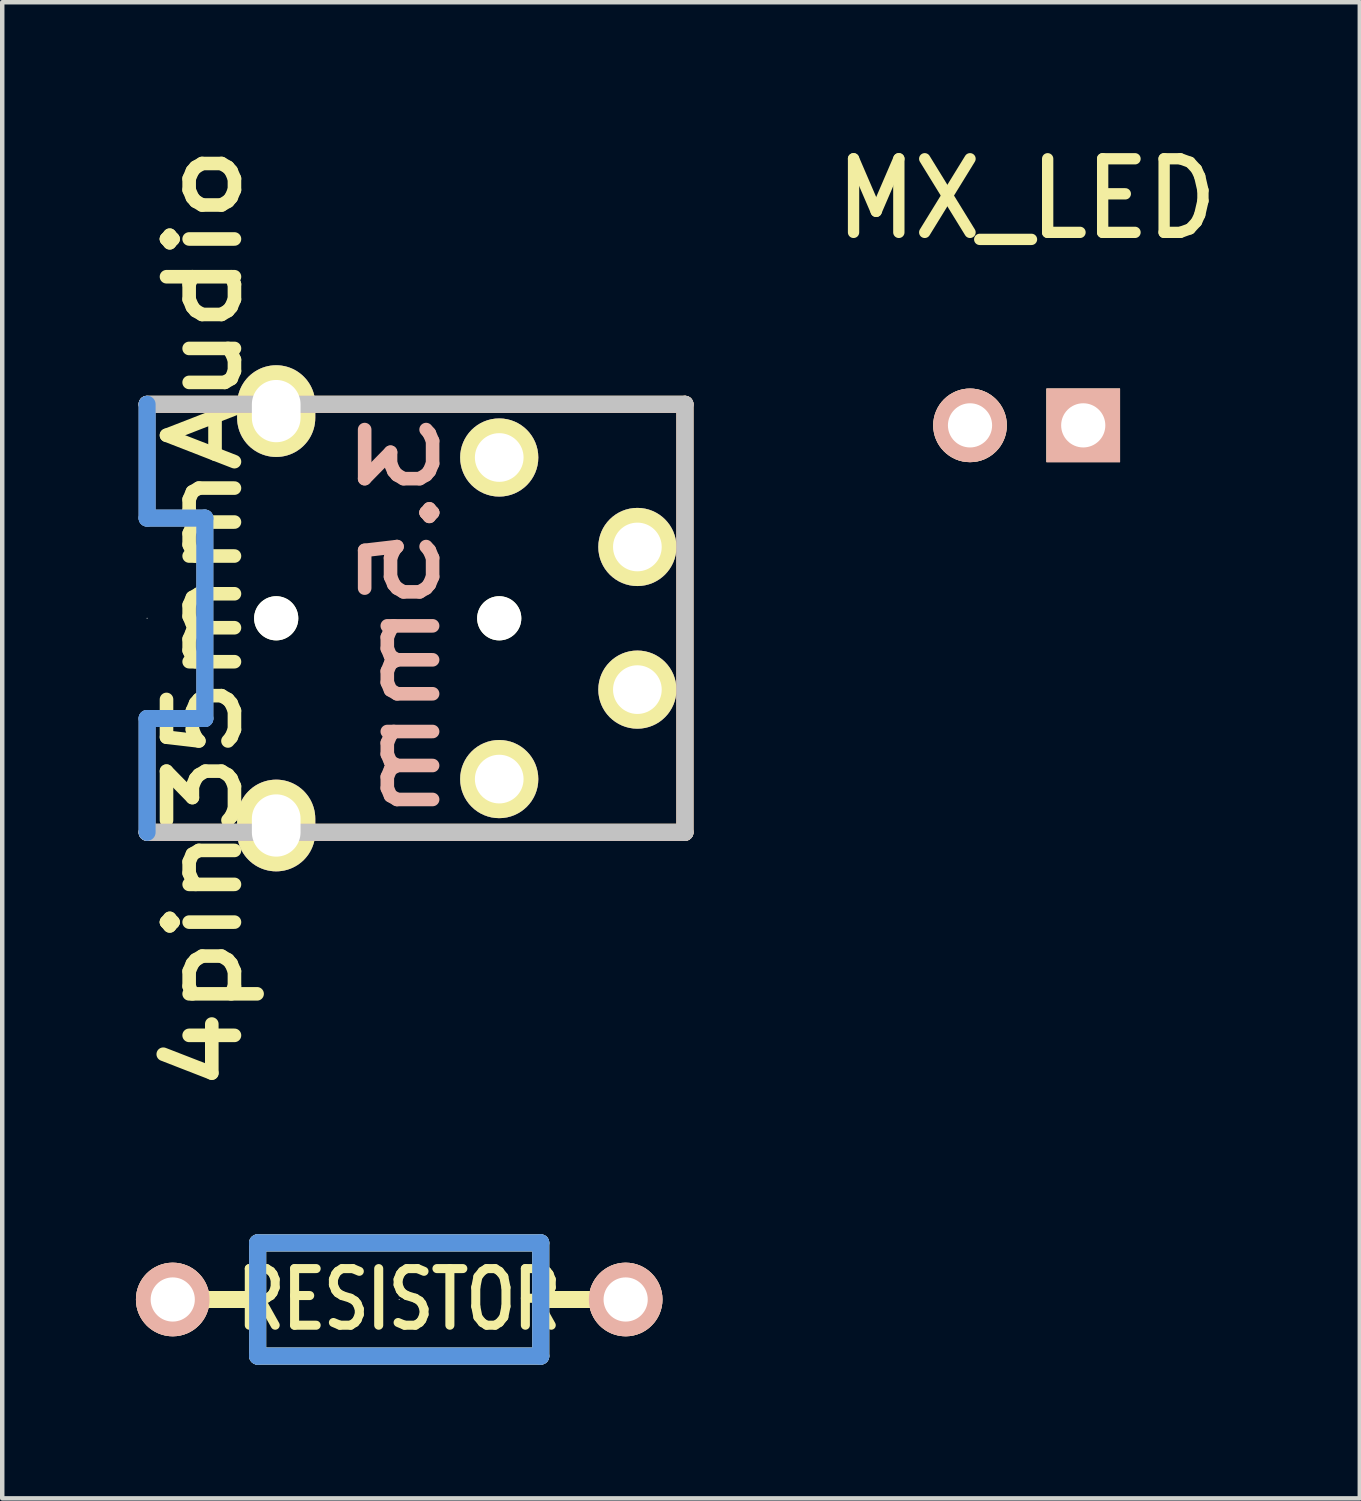
<source format=kicad_pcb>
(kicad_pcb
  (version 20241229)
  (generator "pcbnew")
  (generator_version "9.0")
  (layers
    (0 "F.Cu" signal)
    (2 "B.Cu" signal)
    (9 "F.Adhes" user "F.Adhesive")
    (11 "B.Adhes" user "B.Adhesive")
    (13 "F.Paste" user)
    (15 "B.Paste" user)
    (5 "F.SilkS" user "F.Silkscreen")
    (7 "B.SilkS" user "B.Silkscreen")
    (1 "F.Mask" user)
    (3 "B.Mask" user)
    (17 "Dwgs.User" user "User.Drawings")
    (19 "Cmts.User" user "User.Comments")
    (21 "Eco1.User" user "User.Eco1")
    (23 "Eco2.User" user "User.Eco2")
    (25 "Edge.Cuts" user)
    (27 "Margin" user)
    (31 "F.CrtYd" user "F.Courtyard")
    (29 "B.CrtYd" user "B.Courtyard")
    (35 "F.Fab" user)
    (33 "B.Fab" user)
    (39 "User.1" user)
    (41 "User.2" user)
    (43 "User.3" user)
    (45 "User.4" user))
  (footprint "4pin35mmAudio"
    (layer "F.Cu")
    (at 0.25 10.82)
    (property "Reference" "4pin35mmAudio" (at 1.27 0 270) (layer "F.SilkS") (effects (font (size 1.524 1.778) (thickness 0.305))))
    (attr through_hole)
    (fp_line (start 0 -4.801) (end 12.065 -4.801) (stroke (width 0.381) (type solid)) (layer "F.SilkS"))
    (fp_line (start 12.065 -4.801) (end 12.065 4.801) (stroke (width 0.381) (type solid)) (layer "F.SilkS"))
    (fp_line (start 12.065 4.801) (end 0 4.801) (stroke (width 0.381) (type solid)) (layer "F.SilkS"))
    (fp_line (start 0 -4.801) (end 12.065 -4.801) (stroke (width 0.381) (type solid)) (layer "B.SilkS"))
    (fp_line (start 12.065 -4.801) (end 12.065 4.801) (stroke (width 0.381) (type solid)) (layer "B.SilkS"))
    (fp_line (start 12.065 4.801) (end 0 4.801) (stroke (width 0.381) (type solid)) (layer "B.SilkS"))
    (fp_line (start 0 -4.801) (end 0 -2.248) (stroke (width 0.381) (type solid)) (layer "Dwgs.User"))
    (fp_line (start 0 -2.248) (end 1.295 -2.248) (stroke (width 0.381) (type solid)) (layer "Dwgs.User"))
    (fp_line (start 0 0) (end 0 0) (stroke (width 0.025) (type solid)) (layer "Dwgs.User"))
    (fp_line (start 0 2.248) (end 0 4.801) (stroke (width 0.381) (type solid)) (layer "Dwgs.User"))
    (fp_line (start 0 4.801) (end 12.065 4.801) (stroke (width 0.381) (type solid)) (layer "Dwgs.User"))
    (fp_line (start 1.295 -2.248) (end 1.295 2.248) (stroke (width 0.381) (type solid)) (layer "Dwgs.User"))
    (fp_line (start 1.295 2.248) (end 0 2.248) (stroke (width 0.381) (type solid)) (layer "Dwgs.User"))
    (fp_line (start 12.065 -4.801) (end 0 -4.801) (stroke (width 0.381) (type solid)) (layer "Dwgs.User"))
    (fp_line (start 12.065 4.801) (end 12.065 -4.801) (stroke (width 0.381) (type solid)) (layer "Dwgs.User"))
    (fp_line (start 0 -2.248) (end 0 -4.801) (stroke (width 0.381) (type solid)) (layer "Cmts.User"))
    (fp_line (start 0 -2.248) (end 1.295 -2.248) (stroke (width 0.381) (type solid)) (layer "Cmts.User"))
    (fp_line (start 0 4.801) (end 0 2.248) (stroke (width 0.381) (type solid)) (layer "Cmts.User"))
    (fp_line (start 1.295 -2.248) (end 1.295 2.248) (stroke (width 0.381) (type solid)) (layer "Cmts.User"))
    (fp_line (start 1.295 2.248) (end 0 2.248) (stroke (width 0.381) (type solid)) (layer "Cmts.User"))
    (fp_text user "3.5mm" (at 5.715 0 270) (layer "B.SilkS") (effects (font (size 1.524 1.778) (thickness 0.305)) (justify mirror)))
    (pad "" np_thru_hole circle (at 2.896 0) (size 0.991 0.991) (drill 0.991) (layers "*.Cu" "*.Mask" "F.SilkS"))
    (pad "" np_thru_hole circle (at 7.899 0) (size 0.991 0.991) (drill 0.991) (layers "*.Cu" "*.Mask" "F.SilkS"))
    (pad "1" thru_hole oval (at 2.896 -4.648) (size 1.753 2.057) (drill oval 1.092 1.397) (layers "*.Cu" "*.Mask" "F.SilkS"))
    (pad "2" thru_hole circle (at 7.899 3.607) (size 1.753 1.753) (drill 1.092) (layers "*.Cu" "*.Mask" "F.SilkS"))
    (pad "3" thru_hole circle (at 10.998 -1.6) (size 1.753 1.753) (drill 1.092) (layers "*.Cu" "*.Mask" "F.SilkS"))
    (pad "4" thru_hole oval (at 2.896 4.648) (size 1.753 2.057) (drill oval 1.092 1.397) (layers "*.Cu" "*.Mask" "F.SilkS"))
    (pad "5" thru_hole circle (at 10.998 1.6) (size 1.753 1.753) (drill 1.092) (layers "*.Cu" "*.Mask" "F.SilkS"))
    (pad "6" thru_hole circle (at 7.899 -3.607) (size 1.753 1.753) (drill 1.092) (layers "*.Cu" "*.Mask" "F.SilkS")))
  (footprint "MX_LED"
    (layer "F.Cu")
    (at 19.98 1.412)
    (property "Reference" "MX_LED" (at 0 0 180) (layer "F.SilkS") (effects (font (size 1.651 1.524) (thickness 0.254))))
    (attr through_hole)
    (pad "1" thru_hole circle (at -1.27 5.08) (size 1.651 1.651) (drill 0.991) (layers "*.Cu" "*.SilkS" "*.Mask"))
    (pad "2" thru_hole rect (at 1.27 5.08) (size 1.651 1.651) (drill 0.991) (layers "*.Cu" "*.SilkS" "*.Mask")))
  (footprint "RESISTOR"
    (layer "F.Cu")
    (at 5.905 26.101)
    (property "Reference" "RESISTOR" (at 0 0 180) (layer "F.SilkS") (effects (font (size 1.27 1.016) (thickness 0.203))))
    (attr through_hole)
    (fp_line (start -5.08 0) (end -3.175 0) (stroke (width 0.381) (type solid)) (layer "F.SilkS"))
    (fp_line (start -3.175 -1.27) (end 3.175 -1.27) (stroke (width 0.381) (type solid)) (layer "F.SilkS"))
    (fp_line (start -3.175 1.27) (end -3.175 -1.27) (stroke (width 0.381) (type solid)) (layer "F.SilkS"))
    (fp_line (start 3.175 -1.27) (end 3.175 1.27) (stroke (width 0.381) (type solid)) (layer "F.SilkS"))
    (fp_line (start 3.175 1.27) (end -3.175 1.27) (stroke (width 0.381) (type solid)) (layer "F.SilkS"))
    (fp_line (start 5.08 0) (end 3.175 0) (stroke (width 0.381) (type solid)) (layer "F.SilkS"))
    (fp_line (start -3.175 -1.27) (end 3.175 -1.27) (stroke (width 0.381) (type solid)) (layer "Dwgs.User"))
    (fp_line (start -3.175 1.27) (end -3.175 -1.27) (stroke (width 0.381) (type solid)) (layer "Dwgs.User"))
    (fp_line (start 0 0) (end 0 0) (stroke (width 0.025) (type solid)) (layer "Dwgs.User"))
    (fp_line (start 3.175 -1.27) (end 3.175 1.27) (stroke (width 0.381) (type solid)) (layer "Dwgs.User"))
    (fp_line (start 3.175 1.27) (end -3.175 1.27) (stroke (width 0.381) (type solid)) (layer "Dwgs.User"))
    (fp_line (start -3.175 -1.27) (end 3.175 -1.27) (stroke (width 0.381) (type solid)) (layer "Cmts.User"))
    (fp_line (start -3.175 1.27) (end -3.175 -1.27) (stroke (width 0.381) (type solid)) (layer "Cmts.User"))
    (fp_line (start 3.175 -1.27) (end 3.175 1.27) (stroke (width 0.381) (type solid)) (layer "Cmts.User"))
    (fp_line (start 3.175 1.27) (end -3.175 1.27) (stroke (width 0.381) (type solid)) (layer "Cmts.User"))
    (pad "1" thru_hole circle (at -5.08 0) (size 1.651 1.651) (drill 0.991) (layers "*.Cu" "*.SilkS" "*.Mask"))
    (pad "2" thru_hole circle (at 5.08 0) (size 1.651 1.651) (drill 0.991) (layers "*.Cu" "*.SilkS" "*.Mask")))
  (gr_rect
    (start -3 -3)
    (end 27.454 30.562)
    (stroke (width 0.1) (type default))
    (fill no)
    (layer "Edge.Cuts")))
</source>
